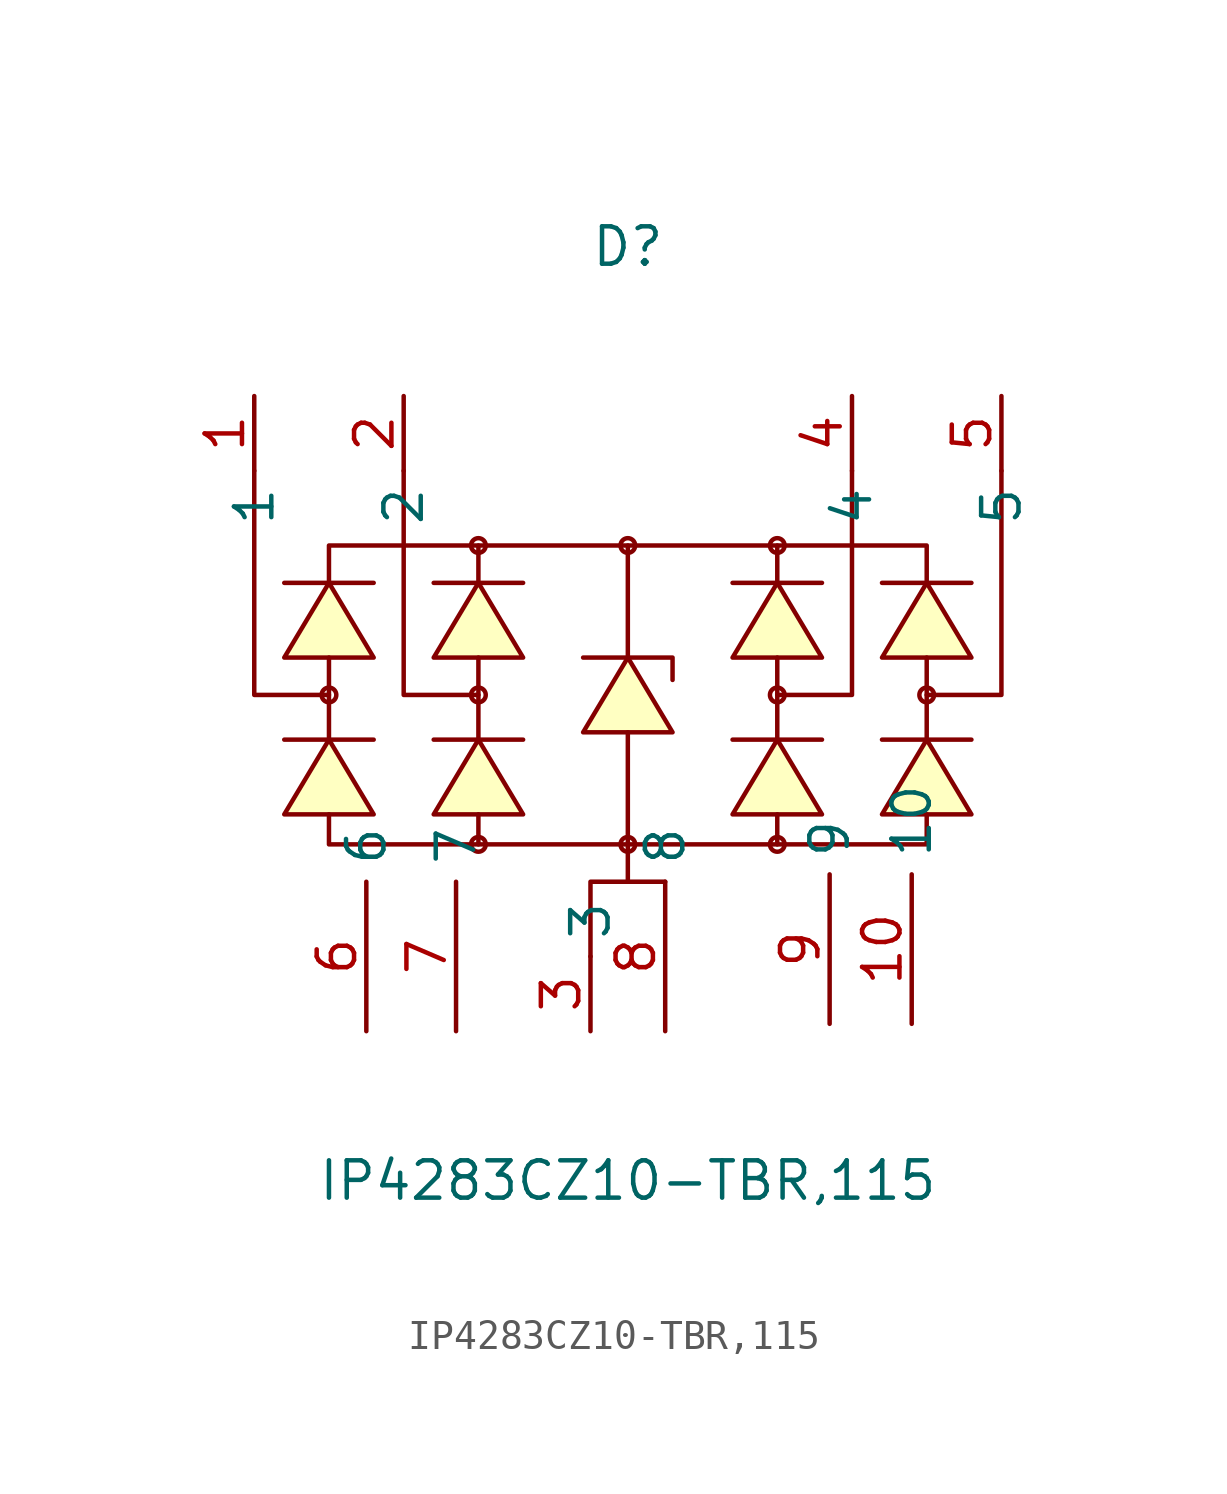
<source format=kicad_sym>
(kicad_symbol_lib
  (version 20211014)
  (generator https://github.com/uPesy/easyeda2kicad.py)
  (symbol "IP4283CZ10-TBR,115"
    (property "Reference" "D"
      (at 0 15.24 0)
      (effects (font (size 1.27 1.27))))
    (property "Value" "IP4283CZ10-TBR,115"
      (at 0 -16.51 0)
      (effects (font (size 1.27 1.27))))
    (symbol "IP4283CZ10-TBR,115_0_1"
      (circle (center 0.00 5.08) (radius 0.25) (stroke (width 0) (type default) (color 0 0 0 0)) (fill (type none)))
      (circle (center 0.00 -5.08) (radius 0.25) (stroke (width 0) (type default) (color 0 0 0 0)) (fill (type none)))
      (circle (center 5.08 -5.08) (radius 0.25) (stroke (width 0) (type default) (color 0 0 0 0)) (fill (type none)))
      (circle (center 5.08 5.08) (radius 0.25) (stroke (width 0) (type default) (color 0 0 0 0)) (fill (type none)))
      (circle (center -5.08 5.08) (radius 0.25) (stroke (width 0) (type default) (color 0 0 0 0)) (fill (type none)))
      (circle (center -5.08 -5.08) (radius 0.25) (stroke (width 0) (type default) (color 0 0 0 0)) (fill (type none)))
      (circle (center -10.16 -0.00) (radius 0.25) (stroke (width 0) (type default) (color 0 0 0 0)) (fill (type none)))
      (circle (center -5.08 -0.00) (radius 0.25) (stroke (width 0) (type default) (color 0 0 0 0)) (fill (type none)))
      (circle (center 5.08 -0.00) (radius 0.25) (stroke (width 0) (type default) (color 0 0 0 0)) (fill (type none)))
      (circle (center 10.16 -0.00) (radius 0.25) (stroke (width 0) (type default) (color 0 0 0 0)) (fill (type none)))
      (polyline (pts (xy -8.64 -4.06) (xy -10.16 -1.52) (xy -11.68 -4.06) (xy -8.64 -4.06)) (stroke (width 0) (type default) (color 0 0 0 0)) (fill (type background)))
      (polyline (pts (xy -8.64 1.27) (xy -10.16 3.81) (xy -11.68 1.27) (xy -8.64 1.27)) (stroke (width 0) (type default) (color 0 0 0 0)) (fill (type background)))
      (polyline (pts (xy -3.56 -4.06) (xy -5.08 -1.52) (xy -6.60 -4.06) (xy -3.56 -4.06)) (stroke (width 0) (type default) (color 0 0 0 0)) (fill (type background)))
      (polyline (pts (xy -3.56 1.27) (xy -5.08 3.81) (xy -6.60 1.27) (xy -3.56 1.27)) (stroke (width 0) (type default) (color 0 0 0 0)) (fill (type background)))
      (polyline (pts (xy 6.60 -4.06) (xy 5.08 -1.52) (xy 3.56 -4.06) (xy 6.60 -4.06)) (stroke (width 0) (type default) (color 0 0 0 0)) (fill (type background)))
      (polyline (pts (xy 6.60 1.27) (xy 5.08 3.81) (xy 3.56 1.27) (xy 6.60 1.27)) (stroke (width 0) (type default) (color 0 0 0 0)) (fill (type background)))
      (polyline (pts (xy 11.68 -4.06) (xy 10.16 -1.52) (xy 8.64 -4.06) (xy 11.68 -4.06)) (stroke (width 0) (type default) (color 0 0 0 0)) (fill (type background)))
      (polyline (pts (xy 11.68 1.27) (xy 10.16 3.81) (xy 8.64 1.27) (xy 11.68 1.27)) (stroke (width 0) (type default) (color 0 0 0 0)) (fill (type background)))
      (polyline (pts (xy 1.52 -1.27) (xy 0.00 1.27) (xy -1.52 -1.27) (xy 1.52 -1.27)) (stroke (width 0) (type default) (color 0 0 0 0)) (fill (type background)))
      (polyline (pts (xy -1.27 -8.89) (xy -1.27 -6.35) (xy 0.00 -6.35) (xy 0.00 -5.08) (xy 0.00 -6.35) (xy 1.27 -6.35) (xy 1.27 -6.35)) (stroke (width 0) (type default) (color 0 0 0 0)) (fill (type none)))
      (polyline (pts (xy -11.68 -1.52) (xy -8.64 -1.52)) (stroke (width 0) (type default) (color 0 0 0 0)) (fill (type none)))
      (polyline (pts (xy -11.68 3.81) (xy -8.64 3.81)) (stroke (width 0) (type default) (color 0 0 0 0)) (fill (type none)))
      (polyline (pts (xy -6.60 -1.52) (xy -3.56 -1.52)) (stroke (width 0) (type default) (color 0 0 0 0)) (fill (type none)))
      (polyline (pts (xy -6.60 3.81) (xy -3.56 3.81)) (stroke (width 0) (type default) (color 0 0 0 0)) (fill (type none)))
      (polyline (pts (xy 3.56 -1.52) (xy 6.60 -1.52)) (stroke (width 0) (type default) (color 0 0 0 0)) (fill (type none)))
      (polyline (pts (xy 3.56 3.81) (xy 6.60 3.81)) (stroke (width 0) (type default) (color 0 0 0 0)) (fill (type none)))
      (polyline (pts (xy 8.64 -1.52) (xy 11.68 -1.52)) (stroke (width 0) (type default) (color 0 0 0 0)) (fill (type none)))
      (polyline (pts (xy 8.64 3.81) (xy 11.68 3.81)) (stroke (width 0) (type default) (color 0 0 0 0)) (fill (type none)))
      (polyline (pts (xy -1.52 1.27) (xy 1.52 1.27) (xy 1.52 0.51)) (stroke (width 0) (type default) (color 0 0 0 0)) (fill (type none)))
      (polyline (pts (xy -10.16 -1.52) (xy -10.16 1.27)) (stroke (width 0) (type default) (color 0 0 0 0)) (fill (type none)))
      (polyline (pts (xy -5.08 -1.52) (xy -5.08 1.27)) (stroke (width 0) (type default) (color 0 0 0 0)) (fill (type none)))
      (polyline (pts (xy 5.08 -1.52) (xy 5.08 1.27)) (stroke (width 0) (type default) (color 0 0 0 0)) (fill (type none)))
      (polyline (pts (xy 10.16 -1.52) (xy 10.16 1.27)) (stroke (width 0) (type default) (color 0 0 0 0)) (fill (type none)))
      (polyline (pts (xy -10.16 3.81) (xy -10.16 5.08) (xy 10.16 5.08) (xy 10.16 3.81)) (stroke (width 0) (type default) (color 0 0 0 0)) (fill (type none)))
      (polyline (pts (xy 5.08 3.81) (xy 5.08 5.08)) (stroke (width 0) (type default) (color 0 0 0 0)) (fill (type none)))
      (polyline (pts (xy -5.08 3.81) (xy -5.08 5.08)) (stroke (width 0) (type default) (color 0 0 0 0)) (fill (type none)))
      (polyline (pts (xy -10.16 -4.06) (xy -10.16 -5.08) (xy 10.16 -5.08) (xy 10.16 -4.06)) (stroke (width 0) (type default) (color 0 0 0 0)) (fill (type none)))
      (polyline (pts (xy 5.08 -4.06) (xy 5.08 -5.08)) (stroke (width 0) (type default) (color 0 0 0 0)) (fill (type none)))
      (polyline (pts (xy -5.08 -4.06) (xy -5.08 -4.83) (xy -5.08 -5.08) (xy -5.08 -4.83)) (stroke (width 0) (type default) (color 0 0 0 0)) (fill (type none)))
      (polyline (pts (xy 0.00 -1.27) (xy 0.00 -5.08)) (stroke (width 0) (type default) (color 0 0 0 0)) (fill (type none)))
      (polyline (pts (xy 0.00 1.27) (xy 0.00 5.08)) (stroke (width 0) (type default) (color 0 0 0 0)) (fill (type none)))
      (polyline (pts (xy -10.16 -0.00) (xy -12.70 -0.00) (xy -12.70 7.62)) (stroke (width 0) (type default) (color 0 0 0 0)) (fill (type none)))
      (polyline (pts (xy -5.08 -0.00) (xy -7.62 -0.00) (xy -7.62 7.62)) (stroke (width 0) (type default) (color 0 0 0 0)) (fill (type none)))
      (polyline (pts (xy 5.08 -0.00) (xy 7.62 -0.00) (xy 7.62 7.62)) (stroke (width 0) (type default) (color 0 0 0 0)) (fill (type none)))
      (polyline (pts (xy 10.16 -0.00) (xy 12.70 -0.00) (xy 12.70 7.62)) (stroke (width 0) (type default) (color 0 0 0 0)) (fill (type none)))
      (pin unspecified line (at 1.27 -11.43 90) (length 5.08) (name "8" (effects (font (size 1.27 1.27)))) (number "8" (effects (font (size 1.27 1.27)))))
      (pin unspecified line (at -12.70 10.16 270) (length 2.54) (name "1" (effects (font (size 1.27 1.27)))) (number "1" (effects (font (size 1.27 1.27)))))
      (pin unspecified line (at -1.27 -11.43 90) (length 2.54) (name "3" (effects (font (size 1.27 1.27)))) (number "3" (effects (font (size 1.27 1.27)))))
      (pin unspecified line (at -7.62 10.16 270) (length 2.54) (name "2" (effects (font (size 1.27 1.27)))) (number "2" (effects (font (size 1.27 1.27)))))
      (pin unspecified line (at 7.62 10.16 270) (length 2.54) (name "4" (effects (font (size 1.27 1.27)))) (number "4" (effects (font (size 1.27 1.27)))))
      (pin unspecified line (at 12.70 10.16 270) (length 2.54) (name "5" (effects (font (size 1.27 1.27)))) (number "5" (effects (font (size 1.27 1.27)))))
      (pin unspecified line (at 6.86 -11.18 90) (length 5.08) (name "9" (effects (font (size 1.27 1.27)))) (number "9" (effects (font (size 1.27 1.27)))))
      (pin unspecified line (at 9.65 -11.18 90) (length 5.08) (name "10" (effects (font (size 1.27 1.27)))) (number "10" (effects (font (size 1.27 1.27)))))
      (pin unspecified line (at -8.89 -11.43 90) (length 5.08) (name "6" (effects (font (size 1.27 1.27)))) (number "6" (effects (font (size 1.27 1.27)))))
      (pin unspecified line (at -5.84 -11.43 90) (length 5.08) (name "7" (effects (font (size 1.27 1.27)))) (number "7" (effects (font (size 1.27 1.27))))))))
</source>
